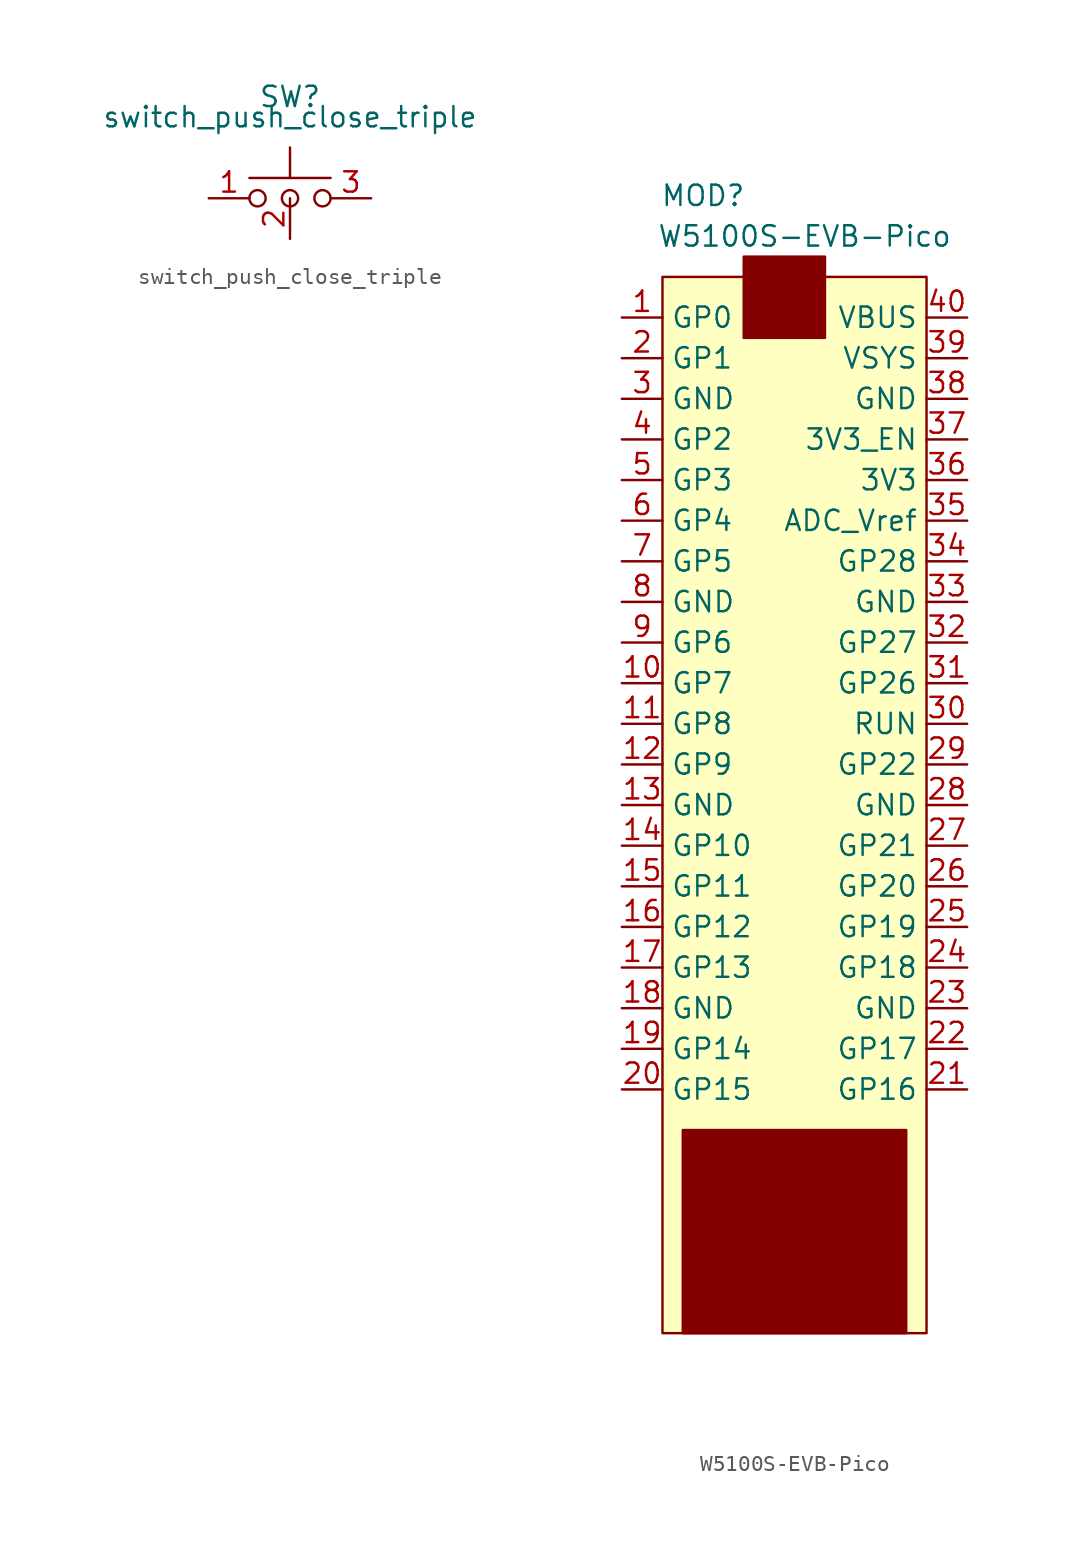
<source format=kicad_sym>
(kicad_symbol_lib
  (version 20211014)
  (generator kicad_symbol_editor)
  (symbol "switch_push_close_triple"
    (property "Reference" "SW"
      (at 0 2.54 0)
      (effects (font (size 1.27 1.27))))
    (property "Value" "switch_push_close_triple"
      (at 0 1.27 0)
      (effects (font (size 1.27 1.27))))
    (symbol "switch_push_close_triple_0_1"
      (circle (center -2.032 -3.81) (radius 0.508) (stroke (width 0) (type default) (color 0 0 0 0)) (fill (type none)))
      (circle (center 0 -3.81) (radius 0.508) (stroke (width 0) (type default) (color 0 0 0 0)) (fill (type none)))
      (polyline (pts (xy -2.54 -2.54) (xy 2.54 -2.54)) (stroke (width 0) (type default) (color 0 0 0 0)) (fill (type none)))
      (polyline (pts (xy 0 -2.54) (xy 0 -0.635)) (stroke (width 0) (type default) (color 0 0 0 0)) (fill (type none)))
      (circle (center 2.032 -3.81) (radius 0.508) (stroke (width 0) (type default) (color 0 0 0 0)) (fill (type none)))
      (pin passive line (at -5.08 -3.81 0) (length 2.54) (name "" (effects (font (size 1.27 1.27)))) (number "1" (effects (font (size 1.27 1.27)))))
      (pin passive line (at 0 -6.35 90) (length 2.54) (name "" (effects (font (size 1.27 1.27)))) (number "2" (effects (font (size 1.27 1.27))))))
    (symbol "switch_push_close_triple_1_1"
      (pin passive line (at 5.08 -3.81 180) (length 2.54) (name "" (effects (font (size 1.27 1.27)))) (number "3" (effects (font (size 1.27 1.27)))))))
  (symbol "W5100S-EVB-Pico"
    (property "Reference" "MOD"
      (at -5.08 35.56 0)
      (effects (font (size 1.27 1.27))))
    (property "Value" "W5100S-EVB-Pico"
      (at 1.27 33.02 0)
      (effects (font (size 1.27 1.27))))
    (symbol "W5100S-EVB-Pico_0_1"
      (rectangle (start -7.62 30.48) (end 8.89 -35.56) (stroke (width 0) (type default) (color 0 0 0 0)) (fill (type background)))
      (rectangle (start -6.35 -22.86) (end 7.62 -35.56) (stroke (width 0) (type default) (color 0 0 0 0)) (fill (type outline)))
      (rectangle (start -2.54 31.75) (end 2.54 26.67) (stroke (width 0) (type default) (color 0 0 0 0)) (fill (type outline))))
    (symbol "W5100S-EVB-Pico_1_1"
      (pin bidirectional line (at -10.16 27.94 0) (length 2.54) (name "GP0" (effects (font (size 1.27 1.27)))) (number "1" (effects (font (size 1.27 1.27)))))
      (pin bidirectional line (at -10.16 5.08 0) (length 2.54) (name "GP7" (effects (font (size 1.27 1.27)))) (number "10" (effects (font (size 1.27 1.27)))))
      (pin bidirectional line (at -10.16 2.54 0) (length 2.54) (name "GP8" (effects (font (size 1.27 1.27)))) (number "11" (effects (font (size 1.27 1.27)))))
      (pin bidirectional line (at -10.16 0 0) (length 2.54) (name "GP9" (effects (font (size 1.27 1.27)))) (number "12" (effects (font (size 1.27 1.27)))))
      (pin power_in line (at -10.16 -2.54 0) (length 2.54) (name "GND" (effects (font (size 1.27 1.27)))) (number "13" (effects (font (size 1.27 1.27)))))
      (pin bidirectional line (at -10.16 -5.08 0) (length 2.54) (name "GP10" (effects (font (size 1.27 1.27)))) (number "14" (effects (font (size 1.27 1.27)))))
      (pin bidirectional line (at -10.16 -7.62 0) (length 2.54) (name "GP11" (effects (font (size 1.27 1.27)))) (number "15" (effects (font (size 1.27 1.27)))))
      (pin bidirectional line (at -10.16 -10.16 0) (length 2.54) (name "GP12" (effects (font (size 1.27 1.27)))) (number "16" (effects (font (size 1.27 1.27)))))
      (pin bidirectional line (at -10.16 -12.7 0) (length 2.54) (name "GP13" (effects (font (size 1.27 1.27)))) (number "17" (effects (font (size 1.27 1.27)))))
      (pin power_in line (at -10.16 -15.24 0) (length 2.54) (name "GND" (effects (font (size 1.27 1.27)))) (number "18" (effects (font (size 1.27 1.27)))))
      (pin bidirectional line (at -10.16 -17.78 0) (length 2.54) (name "GP14" (effects (font (size 1.27 1.27)))) (number "19" (effects (font (size 1.27 1.27)))))
      (pin bidirectional line (at -10.16 25.4 0) (length 2.54) (name "GP1" (effects (font (size 1.27 1.27)))) (number "2" (effects (font (size 1.27 1.27)))))
      (pin bidirectional line (at -10.16 -20.32 0) (length 2.54) (name "GP15" (effects (font (size 1.27 1.27)))) (number "20" (effects (font (size 1.27 1.27)))))
      (pin bidirectional line (at 11.43 -20.32 180) (length 2.54) (name "GP16" (effects (font (size 1.27 1.27)))) (number "21" (effects (font (size 1.27 1.27)))))
      (pin bidirectional line (at 11.43 -17.78 180) (length 2.54) (name "GP17" (effects (font (size 1.27 1.27)))) (number "22" (effects (font (size 1.27 1.27)))))
      (pin power_in line (at 11.43 -15.24 180) (length 2.54) (name "GND" (effects (font (size 1.27 1.27)))) (number "23" (effects (font (size 1.27 1.27)))))
      (pin bidirectional line (at 11.43 -12.7 180) (length 2.54) (name "GP18" (effects (font (size 1.27 1.27)))) (number "24" (effects (font (size 1.27 1.27)))))
      (pin bidirectional line (at 11.43 -10.16 180) (length 2.54) (name "GP19" (effects (font (size 1.27 1.27)))) (number "25" (effects (font (size 1.27 1.27)))))
      (pin bidirectional line (at 11.43 -7.62 180) (length 2.54) (name "GP20" (effects (font (size 1.27 1.27)))) (number "26" (effects (font (size 1.27 1.27)))))
      (pin bidirectional line (at 11.43 -5.08 180) (length 2.54) (name "GP21" (effects (font (size 1.27 1.27)))) (number "27" (effects (font (size 1.27 1.27)))))
      (pin power_in line (at 11.43 -2.54 180) (length 2.54) (name "GND" (effects (font (size 1.27 1.27)))) (number "28" (effects (font (size 1.27 1.27)))))
      (pin bidirectional line (at 11.43 0 180) (length 2.54) (name "GP22" (effects (font (size 1.27 1.27)))) (number "29" (effects (font (size 1.27 1.27)))))
      (pin power_in line (at -10.16 22.86 0) (length 2.54) (name "GND" (effects (font (size 1.27 1.27)))) (number "3" (effects (font (size 1.27 1.27)))))
      (pin bidirectional line (at 11.43 2.54 180) (length 2.54) (name "RUN" (effects (font (size 1.27 1.27)))) (number "30" (effects (font (size 1.27 1.27)))))
      (pin bidirectional line (at 11.43 5.08 180) (length 2.54) (name "GP26" (effects (font (size 1.27 1.27)))) (number "31" (effects (font (size 1.27 1.27)))))
      (pin bidirectional line (at 11.43 7.62 180) (length 2.54) (name "GP27" (effects (font (size 1.27 1.27)))) (number "32" (effects (font (size 1.27 1.27)))))
      (pin power_in line (at 11.43 10.16 180) (length 2.54) (name "GND" (effects (font (size 1.27 1.27)))) (number "33" (effects (font (size 1.27 1.27)))))
      (pin bidirectional line (at 11.43 12.7 180) (length 2.54) (name "GP28" (effects (font (size 1.27 1.27)))) (number "34" (effects (font (size 1.27 1.27)))))
      (pin passive line (at 11.43 15.24 180) (length 2.54) (name "ADC_Vref" (effects (font (size 1.27 1.27)))) (number "35" (effects (font (size 1.27 1.27)))))
      (pin power_out line (at 11.43 17.78 180) (length 2.54) (name "3V3" (effects (font (size 1.27 1.27)))) (number "36" (effects (font (size 1.27 1.27)))))
      (pin input line (at 11.43 20.32 180) (length 2.54) (name "3V3_EN" (effects (font (size 1.27 1.27)))) (number "37" (effects (font (size 1.27 1.27)))))
      (pin power_in line (at 11.43 22.86 180) (length 2.54) (name "GND" (effects (font (size 1.27 1.27)))) (number "38" (effects (font (size 1.27 1.27)))))
      (pin bidirectional line (at 11.43 25.4 180) (length 2.54) (name "VSYS" (effects (font (size 1.27 1.27)))) (number "39" (effects (font (size 1.27 1.27)))))
      (pin bidirectional line (at -10.16 20.32 0) (length 2.54) (name "GP2" (effects (font (size 1.27 1.27)))) (number "4" (effects (font (size 1.27 1.27)))))
      (pin bidirectional line (at 11.43 27.94 180) (length 2.54) (name "VBUS" (effects (font (size 1.27 1.27)))) (number "40" (effects (font (size 1.27 1.27)))))
      (pin bidirectional line (at -10.16 17.78 0) (length 2.54) (name "GP3" (effects (font (size 1.27 1.27)))) (number "5" (effects (font (size 1.27 1.27)))))
      (pin bidirectional line (at -10.16 15.24 0) (length 2.54) (name "GP4" (effects (font (size 1.27 1.27)))) (number "6" (effects (font (size 1.27 1.27)))))
      (pin bidirectional line (at -10.16 12.7 0) (length 2.54) (name "GP5" (effects (font (size 1.27 1.27)))) (number "7" (effects (font (size 1.27 1.27)))))
      (pin power_in line (at -10.16 10.16 0) (length 2.54) (name "GND" (effects (font (size 1.27 1.27)))) (number "8" (effects (font (size 1.27 1.27)))))
      (pin bidirectional line (at -10.16 7.62 0) (length 2.54) (name "GP6" (effects (font (size 1.27 1.27)))) (number "9" (effects (font (size 1.27 1.27))))))))
</source>
